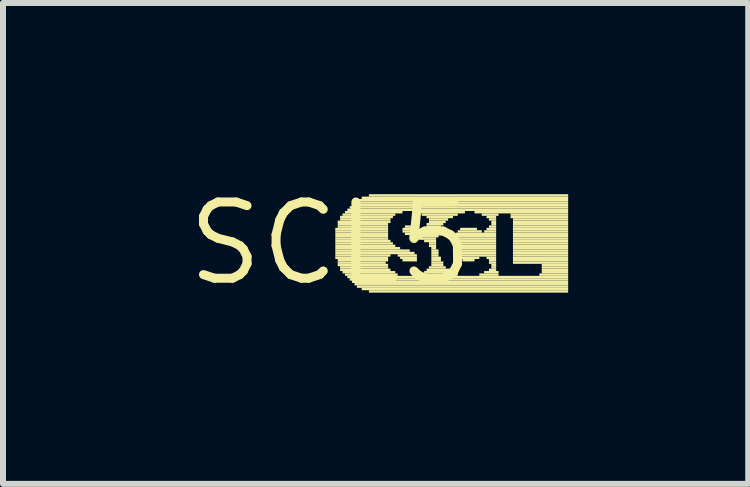
<source format=kicad_pcb>
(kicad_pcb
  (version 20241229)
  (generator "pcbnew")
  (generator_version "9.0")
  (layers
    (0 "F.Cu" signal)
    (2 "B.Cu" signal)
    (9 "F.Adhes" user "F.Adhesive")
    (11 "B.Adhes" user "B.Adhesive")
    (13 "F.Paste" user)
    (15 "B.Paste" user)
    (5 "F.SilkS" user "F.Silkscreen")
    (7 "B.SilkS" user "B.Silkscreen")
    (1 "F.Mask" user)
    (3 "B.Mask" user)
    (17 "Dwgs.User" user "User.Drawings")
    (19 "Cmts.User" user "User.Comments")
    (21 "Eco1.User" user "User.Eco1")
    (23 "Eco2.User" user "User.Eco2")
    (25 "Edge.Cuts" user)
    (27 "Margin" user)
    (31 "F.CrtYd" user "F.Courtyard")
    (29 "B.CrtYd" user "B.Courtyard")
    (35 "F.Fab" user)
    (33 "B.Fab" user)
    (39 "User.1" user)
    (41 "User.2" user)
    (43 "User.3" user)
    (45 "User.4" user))
  (footprint "SCL5"
    (layer "F.Cu")
    (at 2.457 1.006)
    (property "Reference" "SCL5" (at 0 0 0) (layer "F.SilkS") (effects (font (size 1.27 1.27) (thickness 0.15))))
    (fp_poly (pts (xy 0.08 -0.22) (xy 0.96 -0.22) (xy 0.96 -0.26) (xy 0.08 -0.26)) (stroke (width 0) (type default)) (fill yes) (layer "F.SilkS"))
    (fp_poly (pts (xy 0.08 -0.18) (xy 0.96 -0.18) (xy 0.96 -0.22) (xy 0.08 -0.22)) (stroke (width 0) (type default)) (fill yes) (layer "F.SilkS"))
    (fp_poly (pts (xy 0.08 -0.14) (xy 0.96 -0.14) (xy 0.96 -0.18) (xy 0.08 -0.18)) (stroke (width 0) (type default)) (fill yes) (layer "F.SilkS"))
    (fp_poly (pts (xy 0.08 -0.1) (xy 0.96 -0.1) (xy 0.96 -0.14) (xy 0.08 -0.14)) (stroke (width 0) (type default)) (fill yes) (layer "F.SilkS"))
    (fp_poly (pts (xy 0.08 -0.06) (xy 0.96 -0.06) (xy 0.96 -0.1) (xy 0.08 -0.1)) (stroke (width 0) (type default)) (fill yes) (layer "F.SilkS"))
    (fp_poly (pts (xy 0.08 -0.02) (xy 1 -0.02) (xy 1 -0.06) (xy 0.08 -0.06)) (stroke (width 0) (type default)) (fill yes) (layer "F.SilkS"))
    (fp_poly (pts (xy 0.08 0.02) (xy 1.04 0.02) (xy 1.04 -0.02) (xy 0.08 -0.02)) (stroke (width 0) (type default)) (fill yes) (layer "F.SilkS"))
    (fp_poly (pts (xy 0.08 0.06) (xy 1.08 0.06) (xy 1.08 0.02) (xy 0.08 0.02)) (stroke (width 0) (type default)) (fill yes) (layer "F.SilkS"))
    (fp_poly (pts (xy 0.08 0.1) (xy 1.16 0.1) (xy 1.16 0.06) (xy 0.08 0.06)) (stroke (width 0) (type default)) (fill yes) (layer "F.SilkS"))
    (fp_poly (pts (xy 0.08 0.14) (xy 1.32 0.14) (xy 1.32 0.1) (xy 0.08 0.1)) (stroke (width 0) (type default)) (fill yes) (layer "F.SilkS"))
    (fp_poly (pts (xy 0.08 0.18) (xy 1.4 0.18) (xy 1.4 0.14) (xy 0.08 0.14)) (stroke (width 0) (type default)) (fill yes) (layer "F.SilkS"))
    (fp_poly (pts (xy 0.08 0.22) (xy 1 0.22) (xy 1 0.18) (xy 0.08 0.18)) (stroke (width 0) (type default)) (fill yes) (layer "F.SilkS"))
    (fp_poly (pts (xy 0.08 0.26) (xy 0.96 0.26) (xy 0.96 0.22) (xy 0.08 0.22)) (stroke (width 0) (type default)) (fill yes) (layer "F.SilkS"))
    (fp_poly (pts (xy 0.12 -0.34) (xy 1 -0.34) (xy 1 -0.38) (xy 0.12 -0.38)) (stroke (width 0) (type default)) (fill yes) (layer "F.SilkS"))
    (fp_poly (pts (xy 0.12 -0.3) (xy 0.96 -0.3) (xy 0.96 -0.34) (xy 0.12 -0.34)) (stroke (width 0) (type default)) (fill yes) (layer "F.SilkS"))
    (fp_poly (pts (xy 0.12 -0.26) (xy 0.96 -0.26) (xy 0.96 -0.3) (xy 0.12 -0.3)) (stroke (width 0) (type default)) (fill yes) (layer "F.SilkS"))
    (fp_poly (pts (xy 0.12 0.3) (xy 0.96 0.3) (xy 0.96 0.26) (xy 0.12 0.26)) (stroke (width 0) (type default)) (fill yes) (layer "F.SilkS"))
    (fp_poly (pts (xy 0.12 0.34) (xy 0.92 0.34) (xy 0.92 0.3) (xy 0.12 0.3)) (stroke (width 0) (type default)) (fill yes) (layer "F.SilkS"))
    (fp_poly (pts (xy 0.12 0.38) (xy 0.96 0.38) (xy 0.96 0.34) (xy 0.12 0.34)) (stroke (width 0) (type default)) (fill yes) (layer "F.SilkS"))
    (fp_poly (pts (xy 0.16 -0.42) (xy 1.04 -0.42) (xy 1.04 -0.46) (xy 0.16 -0.46)) (stroke (width 0) (type default)) (fill yes) (layer "F.SilkS"))
    (fp_poly (pts (xy 0.16 -0.38) (xy 1 -0.38) (xy 1 -0.42) (xy 0.16 -0.42)) (stroke (width 0) (type default)) (fill yes) (layer "F.SilkS"))
    (fp_poly (pts (xy 0.16 0.42) (xy 0.96 0.42) (xy 0.96 0.38) (xy 0.16 0.38)) (stroke (width 0) (type default)) (fill yes) (layer "F.SilkS"))
    (fp_poly (pts (xy 0.16 0.46) (xy 1 0.46) (xy 1 0.42) (xy 0.16 0.42)) (stroke (width 0) (type default)) (fill yes) (layer "F.SilkS"))
    (fp_poly (pts (xy 0.2 -0.46) (xy 1.08 -0.46) (xy 1.08 -0.5) (xy 0.2 -0.5)) (stroke (width 0) (type default)) (fill yes) (layer "F.SilkS"))
    (fp_poly (pts (xy 0.2 0.5) (xy 1.08 0.5) (xy 1.08 0.46) (xy 0.2 0.46)) (stroke (width 0) (type default)) (fill yes) (layer "F.SilkS"))
    (fp_poly (pts (xy 0.24 -0.5) (xy 1.2 -0.5) (xy 1.2 -0.54) (xy 0.24 -0.54)) (stroke (width 0) (type default)) (fill yes) (layer "F.SilkS"))
    (fp_poly (pts (xy 0.24 0.54) (xy 1.12 0.54) (xy 1.12 0.5) (xy 0.24 0.5)) (stroke (width 0) (type default)) (fill yes) (layer "F.SilkS"))
    (fp_poly (pts (xy 0.28 -0.54) (xy 3.96 -0.54) (xy 3.96 -0.58) (xy 0.28 -0.58)) (stroke (width 0) (type default)) (fill yes) (layer "F.SilkS"))
    (fp_poly (pts (xy 0.28 0.58) (xy 3.96 0.58) (xy 3.96 0.54) (xy 0.28 0.54)) (stroke (width 0) (type default)) (fill yes) (layer "F.SilkS"))
    (fp_poly (pts (xy 0.32 -0.58) (xy 3.96 -0.58) (xy 3.96 -0.62) (xy 0.32 -0.62)) (stroke (width 0) (type default)) (fill yes) (layer "F.SilkS"))
    (fp_poly (pts (xy 0.32 0.62) (xy 3.96 0.62) (xy 3.96 0.58) (xy 0.32 0.58)) (stroke (width 0) (type default)) (fill yes) (layer "F.SilkS"))
    (fp_poly (pts (xy 0.36 -0.62) (xy 3.96 -0.62) (xy 3.96 -0.66) (xy 0.36 -0.66)) (stroke (width 0) (type default)) (fill yes) (layer "F.SilkS"))
    (fp_poly (pts (xy 0.36 0.66) (xy 3.96 0.66) (xy 3.96 0.62) (xy 0.36 0.62)) (stroke (width 0) (type default)) (fill yes) (layer "F.SilkS"))
    (fp_poly (pts (xy 0.4 -0.66) (xy 3.96 -0.66) (xy 3.96 -0.7) (xy 0.4 -0.7)) (stroke (width 0) (type default)) (fill yes) (layer "F.SilkS"))
    (fp_poly (pts (xy 0.4 0.7) (xy 3.96 0.7) (xy 3.96 0.66) (xy 0.4 0.66)) (stroke (width 0) (type default)) (fill yes) (layer "F.SilkS"))
    (fp_poly (pts (xy 0.44 -0.7) (xy 3.96 -0.7) (xy 3.96 -0.74) (xy 0.44 -0.74)) (stroke (width 0) (type default)) (fill yes) (layer "F.SilkS"))
    (fp_poly (pts (xy 0.44 0.74) (xy 3.96 0.74) (xy 3.96 0.7) (xy 0.44 0.7)) (stroke (width 0) (type default)) (fill yes) (layer "F.SilkS"))
    (fp_poly (pts (xy 0.52 -0.74) (xy 3.96 -0.74) (xy 3.96 -0.78) (xy 0.52 -0.78)) (stroke (width 0) (type default)) (fill yes) (layer "F.SilkS"))
    (fp_poly (pts (xy 0.52 0.78) (xy 3.96 0.78) (xy 3.96 0.74) (xy 0.52 0.74)) (stroke (width 0) (type default)) (fill yes) (layer "F.SilkS"))
    (fp_poly (pts (xy 0.64 -0.78) (xy 3.96 -0.78) (xy 3.96 -0.82) (xy 0.64 -0.82)) (stroke (width 0) (type default)) (fill yes) (layer "F.SilkS"))
    (fp_poly (pts (xy 0.64 0.82) (xy 3.96 0.82) (xy 3.96 0.78) (xy 0.64 0.78)) (stroke (width 0) (type default)) (fill yes) (layer "F.SilkS"))
    (fp_poly (pts (xy 1.12 0.22) (xy 1.44 0.22) (xy 1.44 0.18) (xy 1.12 0.18)) (stroke (width 0) (type default)) (fill yes) (layer "F.SilkS"))
    (fp_poly (pts (xy 1.16 0.26) (xy 1.44 0.26) (xy 1.44 0.22) (xy 1.16 0.22)) (stroke (width 0) (type default)) (fill yes) (layer "F.SilkS"))
    (fp_poly (pts (xy 1.2 -0.22) (xy 1.44 -0.22) (xy 1.44 -0.26) (xy 1.2 -0.26)) (stroke (width 0) (type default)) (fill yes) (layer "F.SilkS"))
    (fp_poly (pts (xy 1.2 -0.18) (xy 1.8 -0.18) (xy 1.8 -0.22) (xy 1.2 -0.22)) (stroke (width 0) (type default)) (fill yes) (layer "F.SilkS"))
    (fp_poly (pts (xy 1.2 0.3) (xy 1.44 0.3) (xy 1.44 0.26) (xy 1.2 0.26)) (stroke (width 0) (type default)) (fill yes) (layer "F.SilkS"))
    (fp_poly (pts (xy 1.24 -0.26) (xy 1.4 -0.26) (xy 1.4 -0.3) (xy 1.24 -0.3)) (stroke (width 0) (type default)) (fill yes) (layer "F.SilkS"))
    (fp_poly (pts (xy 1.24 -0.14) (xy 1.8 -0.14) (xy 1.8 -0.18) (xy 1.24 -0.18)) (stroke (width 0) (type default)) (fill yes) (layer "F.SilkS"))
    (fp_poly (pts (xy 1.32 -0.1) (xy 1.8 -0.1) (xy 1.8 -0.14) (xy 1.32 -0.14)) (stroke (width 0) (type default)) (fill yes) (layer "F.SilkS"))
    (fp_poly (pts (xy 1.4 -0.5) (xy 2.24 -0.5) (xy 2.24 -0.54) (xy 1.4 -0.54)) (stroke (width 0) (type default)) (fill yes) (layer "F.SilkS"))
    (fp_poly (pts (xy 1.48 -0.06) (xy 1.76 -0.06) (xy 1.76 -0.1) (xy 1.48 -0.1)) (stroke (width 0) (type default)) (fill yes) (layer "F.SilkS"))
    (fp_poly (pts (xy 1.48 0.54) (xy 2.12 0.54) (xy 2.12 0.5) (xy 1.48 0.5)) (stroke (width 0) (type default)) (fill yes) (layer "F.SilkS"))
    (fp_poly (pts (xy 1.52 -0.46) (xy 2.12 -0.46) (xy 2.12 -0.5) (xy 1.52 -0.5)) (stroke (width 0) (type default)) (fill yes) (layer "F.SilkS"))
    (fp_poly (pts (xy 1.56 -0.22) (xy 1.84 -0.22) (xy 1.84 -0.26) (xy 1.56 -0.26)) (stroke (width 0) (type default)) (fill yes) (layer "F.SilkS"))
    (fp_poly (pts (xy 1.56 -0.02) (xy 1.76 -0.02) (xy 1.76 -0.06) (xy 1.56 -0.06)) (stroke (width 0) (type default)) (fill yes) (layer "F.SilkS"))
    (fp_poly (pts (xy 1.56 0.5) (xy 2.04 0.5) (xy 2.04 0.46) (xy 1.56 0.46)) (stroke (width 0) (type default)) (fill yes) (layer "F.SilkS"))
    (fp_poly (pts (xy 1.6 -0.42) (xy 2.04 -0.42) (xy 2.04 -0.46) (xy 1.6 -0.46)) (stroke (width 0) (type default)) (fill yes) (layer "F.SilkS"))
    (fp_poly (pts (xy 1.6 -0.3) (xy 1.88 -0.3) (xy 1.88 -0.34) (xy 1.6 -0.34)) (stroke (width 0) (type default)) (fill yes) (layer "F.SilkS"))
    (fp_poly (pts (xy 1.6 -0.26) (xy 1.84 -0.26) (xy 1.84 -0.3) (xy 1.6 -0.3)) (stroke (width 0) (type default)) (fill yes) (layer "F.SilkS"))
    (fp_poly (pts (xy 1.6 0.46) (xy 2 0.46) (xy 2 0.42) (xy 1.6 0.42)) (stroke (width 0) (type default)) (fill yes) (layer "F.SilkS"))
    (fp_poly (pts (xy 1.64 -0.38) (xy 1.96 -0.38) (xy 1.96 -0.42) (xy 1.64 -0.42)) (stroke (width 0) (type default)) (fill yes) (layer "F.SilkS"))
    (fp_poly (pts (xy 1.64 -0.34) (xy 1.92 -0.34) (xy 1.92 -0.38) (xy 1.64 -0.38)) (stroke (width 0) (type default)) (fill yes) (layer "F.SilkS"))
    (fp_poly (pts (xy 1.64 0.02) (xy 1.76 0.02) (xy 1.76 -0.02) (xy 1.64 -0.02)) (stroke (width 0) (type default)) (fill yes) (layer "F.SilkS"))
    (fp_poly (pts (xy 1.64 0.06) (xy 1.76 0.06) (xy 1.76 0.02) (xy 1.64 0.02)) (stroke (width 0) (type default)) (fill yes) (layer "F.SilkS"))
    (fp_poly (pts (xy 1.64 0.42) (xy 1.92 0.42) (xy 1.92 0.38) (xy 1.64 0.38)) (stroke (width 0) (type default)) (fill yes) (layer "F.SilkS"))
    (fp_poly (pts (xy 1.68 0.1) (xy 1.76 0.1) (xy 1.76 0.06) (xy 1.68 0.06)) (stroke (width 0) (type default)) (fill yes) (layer "F.SilkS"))
    (fp_poly (pts (xy 1.68 0.14) (xy 1.8 0.14) (xy 1.8 0.1) (xy 1.68 0.1)) (stroke (width 0) (type default)) (fill yes) (layer "F.SilkS"))
    (fp_poly (pts (xy 1.68 0.18) (xy 1.8 0.18) (xy 1.8 0.14) (xy 1.68 0.14)) (stroke (width 0) (type default)) (fill yes) (layer "F.SilkS"))
    (fp_poly (pts (xy 1.68 0.22) (xy 1.8 0.22) (xy 1.8 0.18) (xy 1.68 0.18)) (stroke (width 0) (type default)) (fill yes) (layer "F.SilkS"))
    (fp_poly (pts (xy 1.68 0.26) (xy 1.84 0.26) (xy 1.84 0.22) (xy 1.68 0.22)) (stroke (width 0) (type default)) (fill yes) (layer "F.SilkS"))
    (fp_poly (pts (xy 1.68 0.3) (xy 1.84 0.3) (xy 1.84 0.26) (xy 1.68 0.26)) (stroke (width 0) (type default)) (fill yes) (layer "F.SilkS"))
    (fp_poly (pts (xy 1.68 0.34) (xy 1.88 0.34) (xy 1.88 0.3) (xy 1.68 0.3)) (stroke (width 0) (type default)) (fill yes) (layer "F.SilkS"))
    (fp_poly (pts (xy 1.68 0.38) (xy 1.88 0.38) (xy 1.88 0.34) (xy 1.68 0.34)) (stroke (width 0) (type default)) (fill yes) (layer "F.SilkS"))
    (fp_poly (pts (xy 2.04 -0.1) (xy 2.76 -0.1) (xy 2.76 -0.14) (xy 2.04 -0.14)) (stroke (width 0) (type default)) (fill yes) (layer "F.SilkS"))
    (fp_poly (pts (xy 2.04 -0.06) (xy 2.76 -0.06) (xy 2.76 -0.1) (xy 2.04 -0.1)) (stroke (width 0) (type default)) (fill yes) (layer "F.SilkS"))
    (fp_poly (pts (xy 2.04 -0.02) (xy 2.76 -0.02) (xy 2.76 -0.06) (xy 2.04 -0.06)) (stroke (width 0) (type default)) (fill yes) (layer "F.SilkS"))
    (fp_poly (pts (xy 2.04 0.02) (xy 2.76 0.02) (xy 2.76 -0.02) (xy 2.04 -0.02)) (stroke (width 0) (type default)) (fill yes) (layer "F.SilkS"))
    (fp_poly (pts (xy 2.04 0.06) (xy 2.76 0.06) (xy 2.76 0.02) (xy 2.04 0.02)) (stroke (width 0) (type default)) (fill yes) (layer "F.SilkS"))
    (fp_poly (pts (xy 2.04 0.1) (xy 2.76 0.1) (xy 2.76 0.06) (xy 2.04 0.06)) (stroke (width 0) (type default)) (fill yes) (layer "F.SilkS"))
    (fp_poly (pts (xy 2.04 0.14) (xy 2.76 0.14) (xy 2.76 0.1) (xy 2.04 0.1)) (stroke (width 0) (type default)) (fill yes) (layer "F.SilkS"))
    (fp_poly (pts (xy 2.04 0.18) (xy 2.76 0.18) (xy 2.76 0.14) (xy 2.04 0.14)) (stroke (width 0) (type default)) (fill yes) (layer "F.SilkS"))
    (fp_poly (pts (xy 2.08 -0.14) (xy 2.76 -0.14) (xy 2.76 -0.18) (xy 2.08 -0.18)) (stroke (width 0) (type default)) (fill yes) (layer "F.SilkS"))
    (fp_poly (pts (xy 2.08 0.22) (xy 2.76 0.22) (xy 2.76 0.18) (xy 2.08 0.18)) (stroke (width 0) (type default)) (fill yes) (layer "F.SilkS"))
    (fp_poly (pts (xy 2.12 -0.18) (xy 2.52 -0.18) (xy 2.52 -0.22) (xy 2.12 -0.22)) (stroke (width 0) (type default)) (fill yes) (layer "F.SilkS"))
    (fp_poly (pts (xy 2.12 0.26) (xy 2.48 0.26) (xy 2.48 0.22) (xy 2.12 0.22)) (stroke (width 0) (type default)) (fill yes) (layer "F.SilkS"))
    (fp_poly (pts (xy 2.16 -0.22) (xy 2.44 -0.22) (xy 2.44 -0.26) (xy 2.16 -0.26)) (stroke (width 0) (type default)) (fill yes) (layer "F.SilkS"))
    (fp_poly (pts (xy 2.2 0.3) (xy 2.4 0.3) (xy 2.4 0.26) (xy 2.2 0.26)) (stroke (width 0) (type default)) (fill yes) (layer "F.SilkS"))
    (fp_poly (pts (xy 2.4 -0.5) (xy 3.96 -0.5) (xy 3.96 -0.54) (xy 2.4 -0.54)) (stroke (width 0) (type default)) (fill yes) (layer "F.SilkS"))
    (fp_poly (pts (xy 2.48 0.54) (xy 2.8 0.54) (xy 2.8 0.5) (xy 2.48 0.5)) (stroke (width 0) (type default)) (fill yes) (layer "F.SilkS"))
    (fp_poly (pts (xy 2.52 -0.46) (xy 2.8 -0.46) (xy 2.8 -0.5) (xy 2.52 -0.5)) (stroke (width 0) (type default)) (fill yes) (layer "F.SilkS"))
    (fp_poly (pts (xy 2.56 -0.18) (xy 2.76 -0.18) (xy 2.76 -0.22) (xy 2.56 -0.22)) (stroke (width 0) (type default)) (fill yes) (layer "F.SilkS"))
    (fp_poly (pts (xy 2.56 0.5) (xy 2.8 0.5) (xy 2.8 0.46) (xy 2.56 0.46)) (stroke (width 0) (type default)) (fill yes) (layer "F.SilkS"))
    (fp_poly (pts (xy 2.6 -0.42) (xy 2.76 -0.42) (xy 2.76 -0.46) (xy 2.6 -0.46)) (stroke (width 0) (type default)) (fill yes) (layer "F.SilkS"))
    (fp_poly (pts (xy 2.6 -0.22) (xy 2.76 -0.22) (xy 2.76 -0.26) (xy 2.6 -0.26)) (stroke (width 0) (type default)) (fill yes) (layer "F.SilkS"))
    (fp_poly (pts (xy 2.6 0.26) (xy 2.76 0.26) (xy 2.76 0.22) (xy 2.6 0.22)) (stroke (width 0) (type default)) (fill yes) (layer "F.SilkS"))
    (fp_poly (pts (xy 2.64 -0.38) (xy 2.76 -0.38) (xy 2.76 -0.42) (xy 2.64 -0.42)) (stroke (width 0) (type default)) (fill yes) (layer "F.SilkS"))
    (fp_poly (pts (xy 2.64 -0.26) (xy 2.76 -0.26) (xy 2.76 -0.3) (xy 2.64 -0.3)) (stroke (width 0) (type default)) (fill yes) (layer "F.SilkS"))
    (fp_poly (pts (xy 2.64 0.3) (xy 2.76 0.3) (xy 2.76 0.26) (xy 2.64 0.26)) (stroke (width 0) (type default)) (fill yes) (layer "F.SilkS"))
    (fp_poly (pts (xy 2.64 0.34) (xy 2.76 0.34) (xy 2.76 0.3) (xy 2.64 0.3)) (stroke (width 0) (type default)) (fill yes) (layer "F.SilkS"))
    (fp_poly (pts (xy 2.64 0.46) (xy 2.76 0.46) (xy 2.76 0.42) (xy 2.64 0.42)) (stroke (width 0) (type default)) (fill yes) (layer "F.SilkS"))
    (fp_poly (pts (xy 2.68 -0.34) (xy 2.76 -0.34) (xy 2.76 -0.38) (xy 2.68 -0.38)) (stroke (width 0) (type default)) (fill yes) (layer "F.SilkS"))
    (fp_poly (pts (xy 2.68 -0.3) (xy 2.76 -0.3) (xy 2.76 -0.34) (xy 2.68 -0.34)) (stroke (width 0) (type default)) (fill yes) (layer "F.SilkS"))
    (fp_poly (pts (xy 2.68 0.38) (xy 2.76 0.38) (xy 2.76 0.34) (xy 2.68 0.34)) (stroke (width 0) (type default)) (fill yes) (layer "F.SilkS"))
    (fp_poly (pts (xy 2.68 0.42) (xy 2.76 0.42) (xy 2.76 0.38) (xy 2.68 0.38)) (stroke (width 0) (type default)) (fill yes) (layer "F.SilkS"))
    (fp_poly (pts (xy 3 -0.46) (xy 3.96 -0.46) (xy 3.96 -0.5) (xy 3 -0.5)) (stroke (width 0) (type default)) (fill yes) (layer "F.SilkS"))
    (fp_poly (pts (xy 3 -0.42) (xy 3.96 -0.42) (xy 3.96 -0.46) (xy 3 -0.46)) (stroke (width 0) (type default)) (fill yes) (layer "F.SilkS"))
    (fp_poly (pts (xy 3.04 -0.38) (xy 3.96 -0.38) (xy 3.96 -0.42) (xy 3.04 -0.42)) (stroke (width 0) (type default)) (fill yes) (layer "F.SilkS"))
    (fp_poly (pts (xy 3.04 -0.34) (xy 3.96 -0.34) (xy 3.96 -0.38) (xy 3.04 -0.38)) (stroke (width 0) (type default)) (fill yes) (layer "F.SilkS"))
    (fp_poly (pts (xy 3.04 -0.3) (xy 3.96 -0.3) (xy 3.96 -0.34) (xy 3.04 -0.34)) (stroke (width 0) (type default)) (fill yes) (layer "F.SilkS"))
    (fp_poly (pts (xy 3.04 -0.26) (xy 3.96 -0.26) (xy 3.96 -0.3) (xy 3.04 -0.3)) (stroke (width 0) (type default)) (fill yes) (layer "F.SilkS"))
    (fp_poly (pts (xy 3.04 -0.22) (xy 3.96 -0.22) (xy 3.96 -0.26) (xy 3.04 -0.26)) (stroke (width 0) (type default)) (fill yes) (layer "F.SilkS"))
    (fp_poly (pts (xy 3.04 -0.18) (xy 3.96 -0.18) (xy 3.96 -0.22) (xy 3.04 -0.22)) (stroke (width 0) (type default)) (fill yes) (layer "F.SilkS"))
    (fp_poly (pts (xy 3.04 -0.14) (xy 3.96 -0.14) (xy 3.96 -0.18) (xy 3.04 -0.18)) (stroke (width 0) (type default)) (fill yes) (layer "F.SilkS"))
    (fp_poly (pts (xy 3.04 -0.1) (xy 3.96 -0.1) (xy 3.96 -0.14) (xy 3.04 -0.14)) (stroke (width 0) (type default)) (fill yes) (layer "F.SilkS"))
    (fp_poly (pts (xy 3.04 -0.06) (xy 3.96 -0.06) (xy 3.96 -0.1) (xy 3.04 -0.1)) (stroke (width 0) (type default)) (fill yes) (layer "F.SilkS"))
    (fp_poly (pts (xy 3.04 -0.02) (xy 3.96 -0.02) (xy 3.96 -0.06) (xy 3.04 -0.06)) (stroke (width 0) (type default)) (fill yes) (layer "F.SilkS"))
    (fp_poly (pts (xy 3.04 0.02) (xy 3.96 0.02) (xy 3.96 -0.02) (xy 3.04 -0.02)) (stroke (width 0) (type default)) (fill yes) (layer "F.SilkS"))
    (fp_poly (pts (xy 3.04 0.06) (xy 3.96 0.06) (xy 3.96 0.02) (xy 3.04 0.02)) (stroke (width 0) (type default)) (fill yes) (layer "F.SilkS"))
    (fp_poly (pts (xy 3.04 0.1) (xy 3.96 0.1) (xy 3.96 0.06) (xy 3.04 0.06)) (stroke (width 0) (type default)) (fill yes) (layer "F.SilkS"))
    (fp_poly (pts (xy 3.04 0.14) (xy 3.96 0.14) (xy 3.96 0.1) (xy 3.04 0.1)) (stroke (width 0) (type default)) (fill yes) (layer "F.SilkS"))
    (fp_poly (pts (xy 3.04 0.18) (xy 3.96 0.18) (xy 3.96 0.14) (xy 3.04 0.14)) (stroke (width 0) (type default)) (fill yes) (layer "F.SilkS"))
    (fp_poly (pts (xy 3.04 0.22) (xy 3.96 0.22) (xy 3.96 0.18) (xy 3.04 0.18)) (stroke (width 0) (type default)) (fill yes) (layer "F.SilkS"))
    (fp_poly (pts (xy 3.04 0.26) (xy 3.96 0.26) (xy 3.96 0.22) (xy 3.04 0.22)) (stroke (width 0) (type default)) (fill yes) (layer "F.SilkS"))
    (fp_poly (pts (xy 3.04 0.3) (xy 3.96 0.3) (xy 3.96 0.26) (xy 3.04 0.26)) (stroke (width 0) (type default)) (fill yes) (layer "F.SilkS"))
    (fp_poly (pts (xy 3.04 0.34) (xy 3.96 0.34) (xy 3.96 0.3) (xy 3.04 0.3)) (stroke (width 0) (type default)) (fill yes) (layer "F.SilkS"))
    (fp_poly (pts (xy 3.48 0.54) (xy 3.96 0.54) (xy 3.96 0.5) (xy 3.48 0.5)) (stroke (width 0) (type default)) (fill yes) (layer "F.SilkS"))
    (fp_poly (pts (xy 3.52 0.38) (xy 3.96 0.38) (xy 3.96 0.34) (xy 3.52 0.34)) (stroke (width 0) (type default)) (fill yes) (layer "F.SilkS"))
    (fp_poly (pts (xy 3.52 0.42) (xy 3.96 0.42) (xy 3.96 0.38) (xy 3.52 0.38)) (stroke (width 0) (type default)) (fill yes) (layer "F.SilkS"))
    (fp_poly (pts (xy 3.52 0.46) (xy 3.96 0.46) (xy 3.96 0.42) (xy 3.52 0.42)) (stroke (width 0) (type default)) (fill yes) (layer "F.SilkS"))
    (fp_poly (pts (xy 3.52 0.5) (xy 3.96 0.5) (xy 3.96 0.46) (xy 3.52 0.46)) (stroke (width 0) (type default)) (fill yes) (layer "F.SilkS")))
  (gr_rect
    (start -3 -3)
    (end 9.417 5.012)
    (stroke (width 0.1) (type default))
    (fill no)
    (layer "Edge.Cuts")))
</source>
